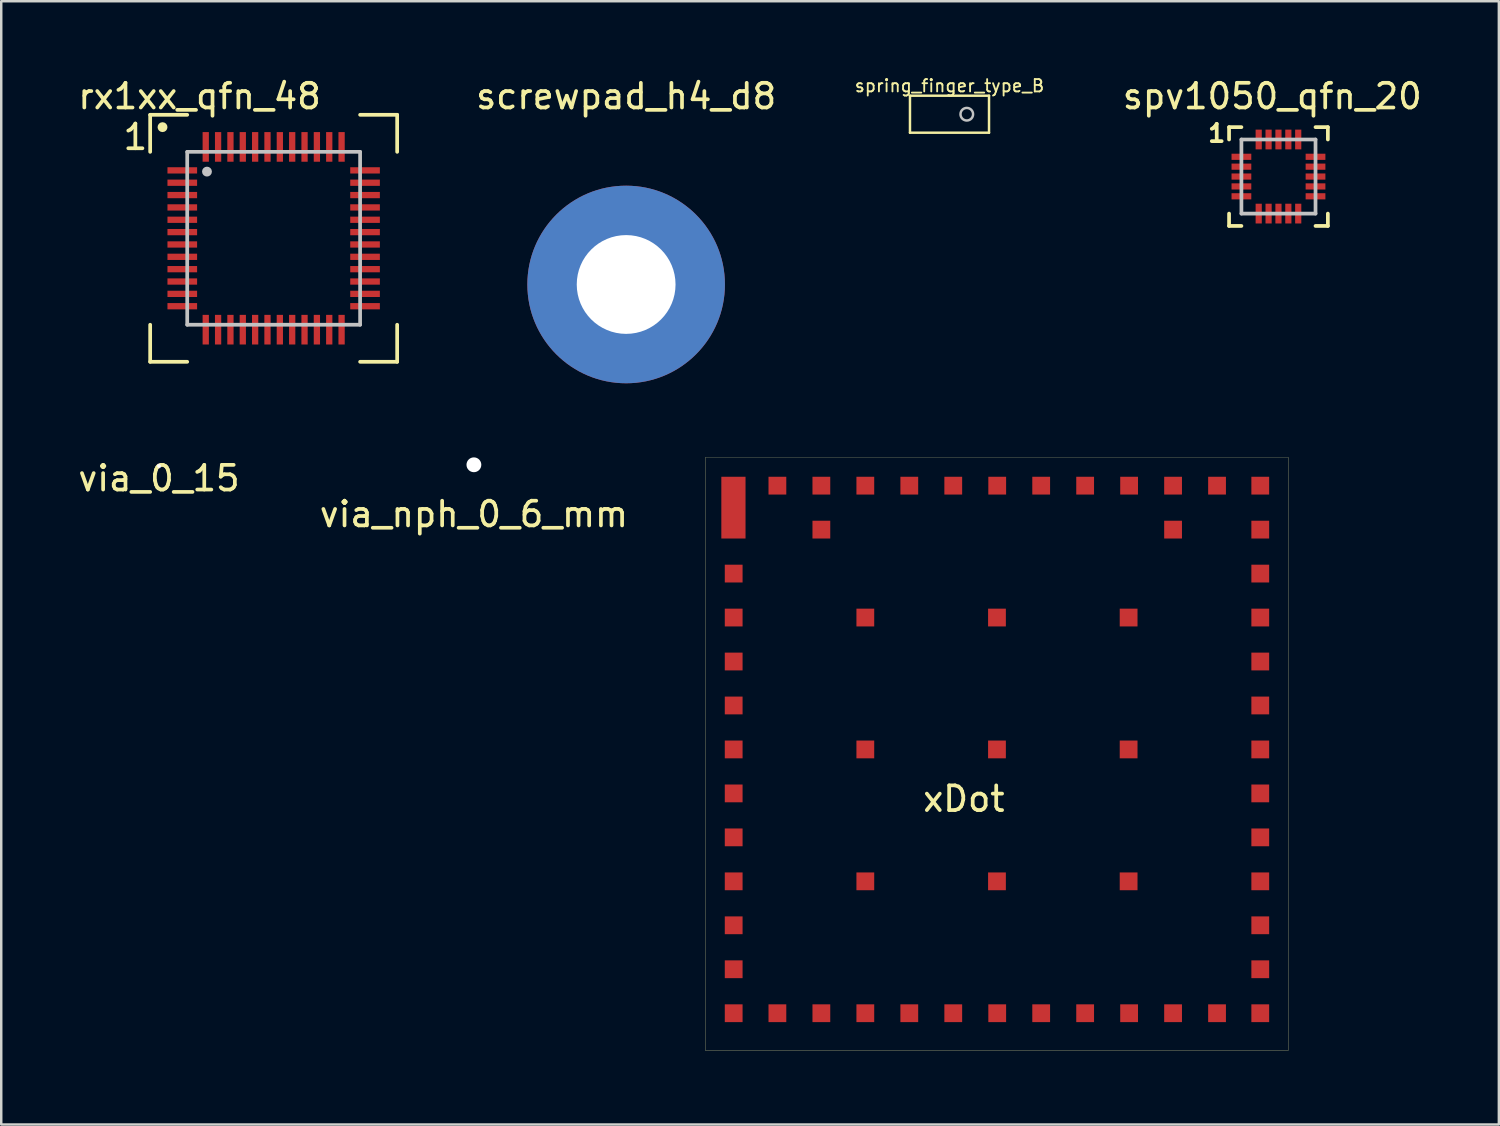
<source format=kicad_pcb>
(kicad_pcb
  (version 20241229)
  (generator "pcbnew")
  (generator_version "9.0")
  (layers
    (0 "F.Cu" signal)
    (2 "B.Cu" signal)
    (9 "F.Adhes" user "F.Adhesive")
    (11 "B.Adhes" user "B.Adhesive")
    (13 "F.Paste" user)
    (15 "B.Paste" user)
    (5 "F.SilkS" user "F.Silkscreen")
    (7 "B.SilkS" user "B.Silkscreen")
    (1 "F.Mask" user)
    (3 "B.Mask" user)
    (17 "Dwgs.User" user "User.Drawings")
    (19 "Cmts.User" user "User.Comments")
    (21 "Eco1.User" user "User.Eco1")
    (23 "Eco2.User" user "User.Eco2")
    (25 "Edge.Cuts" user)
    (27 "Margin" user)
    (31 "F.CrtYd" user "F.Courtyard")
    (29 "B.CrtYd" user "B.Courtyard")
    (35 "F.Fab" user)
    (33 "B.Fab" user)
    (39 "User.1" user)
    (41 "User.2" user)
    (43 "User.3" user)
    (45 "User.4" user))
  (footprint "spring_finger_type_B"
    (layer "F.Cu")
    (at 35.393 1.574)
    (property "Reference" "spring_finger_type_B" (at 0 -1.15 0) (layer "F.SilkS") (effects (font (size 0.5 0.5) (thickness 0.075))))
    (attr through_hole)
    (fp_line (start -1.6 -0.75) (end 1.6 -0.75) (stroke (width 0.1) (type solid)) (layer "F.SilkS"))
    (fp_line (start -1.6 0.75) (end -1.6 -0.75) (stroke (width 0.1) (type solid)) (layer "F.SilkS"))
    (fp_line (start -1.6 0.75) (end 1.6 0.75) (stroke (width 0.1) (type solid)) (layer "F.SilkS"))
    (fp_line (start 1.6 -0.75) (end 1.6 0.75) (stroke (width 0.1) (type solid)) (layer "F.SilkS"))
    (fp_circle (center 0.7 0) (end 0.95 0.05) (stroke (width 0.1) (type solid)) (fill no) (layer "Dwgs.User")))
  (footprint "via_0_15"
    (layer "F.Cu")
    (at 3.387 15.816)
    (property "Reference" "via_0_15" (at 0 0.5 0) (layer "F.SilkS") (effects (font (size 1 1) (thickness 0.15))))
    (attr through_hole)
    (pad "1" thru_hole circle (at 0 0) (size 0.2 0.2) (drill 0.15) (layers "*.Cu" "*.Mask")))
  (footprint "screwpad_h4_d8"
    (layer "F.Cu")
    (at 22.301 8.468)
    (property "Reference" "screwpad_h4_d8" (at 0 -7.62 0) (layer "F.SilkS") (effects (font (size 1 1) (thickness 0.15))))
    (attr through_hole)
    (pad "1" thru_hole circle (at 0 0) (size 8 8) (drill 4) (layers "*.Cu" "*.Mask")))
  (footprint "spv1050_qfn_20"
    (layer "F.Cu")
    (at 48.712 4.098)
    (property "Reference" "spv1050_qfn_20" (at -0.25 -3.25 0) (layer "F.SilkS") (effects (font (size 1 1) (thickness 0.15))))
    (attr through_hole)
    (fp_line (start -2 -2) (end -2 -1.5) (stroke (width 0.15) (type solid)) (layer "F.SilkS"))
    (fp_line (start -2 -2) (end -1.5 -2) (stroke (width 0.15) (type solid)) (layer "F.SilkS"))
    (fp_line (start -2 1.5) (end -2 2) (stroke (width 0.15) (type solid)) (layer "F.SilkS"))
    (fp_line (start -2 2) (end -1.5 2) (stroke (width 0.15) (type solid)) (layer "F.SilkS"))
    (fp_line (start 1.5 2) (end 2 2) (stroke (width 0.15) (type solid)) (layer "F.SilkS"))
    (fp_line (start 2 -2) (end 1.5 -2) (stroke (width 0.15) (type solid)) (layer "F.SilkS"))
    (fp_line (start 2 -1.5) (end 2 -2) (stroke (width 0.15) (type solid)) (layer "F.SilkS"))
    (fp_line (start 2 2) (end 2 1.5) (stroke (width 0.15) (type solid)) (layer "F.SilkS"))
    (fp_line (start -1.5 -1.5) (end -1.5 1.5) (stroke (width 0.15) (type solid)) (layer "Dwgs.User"))
    (fp_line (start -1.5 -1.5) (end 1.5 -1.5) (stroke (width 0.15) (type solid)) (layer "Dwgs.User"))
    (fp_line (start 1.5 1.5) (end -1.5 1.5) (stroke (width 0.15) (type solid)) (layer "Dwgs.User"))
    (fp_line (start 1.5 1.5) (end 1.5 -1.5) (stroke (width 0.15) (type solid)) (layer "Dwgs.User"))
    (fp_text user "1" (at -2.5 -1.75 0) (layer "F.SilkS") (effects (font (size 0.7 0.7) (thickness 0.15))))
    (pad "1" smd rect (at -1.5 -0.8) (size 0.8 0.25) (layers "F.Cu" "F.Mask" "F.Paste"))
    (pad "2" smd rect (at -1.5 -0.4) (size 0.8 0.25) (layers "F.Cu" "F.Mask" "F.Paste"))
    (pad "3" smd rect (at -1.5 0) (size 0.8 0.25) (layers "F.Cu" "F.Mask" "F.Paste"))
    (pad "4" smd rect (at -1.5 0.4) (size 0.8 0.25) (layers "F.Cu" "F.Mask" "F.Paste"))
    (pad "5" smd rect (at -1.5 0.8) (size 0.8 0.25) (layers "F.Cu" "F.Mask" "F.Paste"))
    (pad "6" smd rect (at -0.8 1.5 90) (size 0.8 0.25) (layers "F.Cu" "F.Mask" "F.Paste"))
    (pad "7" smd rect (at -0.4 1.5 90) (size 0.8 0.25) (layers "F.Cu" "F.Mask" "F.Paste"))
    (pad "8" smd rect (at 0 1.5 90) (size 0.8 0.25) (layers "F.Cu" "F.Mask" "F.Paste"))
    (pad "9" smd rect (at 0.4 1.5 90) (size 0.8 0.25) (layers "F.Cu" "F.Mask" "F.Paste"))
    (pad "10" smd rect (at 0.8 1.5 90) (size 0.8 0.25) (layers "F.Cu" "F.Mask" "F.Paste"))
    (pad "11" smd rect (at 1.5 0.8) (size 0.8 0.25) (layers "F.Cu" "F.Mask" "F.Paste"))
    (pad "12" smd rect (at 1.5 0.4) (size 0.8 0.25) (layers "F.Cu" "F.Mask" "F.Paste"))
    (pad "13" smd rect (at 1.5 0) (size 0.8 0.25) (layers "F.Cu" "F.Mask" "F.Paste"))
    (pad "14" smd rect (at 1.5 -0.4) (size 0.8 0.25) (layers "F.Cu" "F.Mask" "F.Paste"))
    (pad "15" smd rect (at 1.5 -0.8) (size 0.8 0.25) (layers "F.Cu" "F.Mask" "F.Paste"))
    (pad "16" smd rect (at 0.8 -1.5 270) (size 0.8 0.25) (layers "F.Cu" "F.Mask" "F.Paste"))
    (pad "17" smd rect (at 0.4 -1.5 270) (size 0.8 0.25) (layers "F.Cu" "F.Mask" "F.Paste"))
    (pad "18" smd rect (at 0 -1.5 270) (size 0.8 0.25) (layers "F.Cu" "F.Mask" "F.Paste"))
    (pad "19" smd rect (at -0.4 -1.5 270) (size 0.8 0.25) (layers "F.Cu" "F.Mask" "F.Paste"))
    (pad "20" smd rect (at -0.8 -1.5 270) (size 0.8 0.25) (layers "F.Cu" "F.Mask" "F.Paste")))
  (footprint "xDot"
    (layer "F.Cu")
    (at 37.315 27.293)
    (property "Reference" "xDot" (at -1.34 2 0) (layer "F.SilkS") (effects (font (size 1 1) (thickness 0.15))))
    (attr through_hole)
    (fp_line (start -11.81 -11.82) (end -11.81 12.18) (stroke (width 0.01) (type solid)) (layer "F.SilkS"))
    (fp_line (start -11.81 -11.82) (end 11.8 -11.82) (stroke (width 0.01) (type solid)) (layer "F.SilkS"))
    (fp_line (start -11.81 12.18) (end 11.8 12.18) (stroke (width 0.01) (type solid)) (layer "F.SilkS"))
    (fp_line (start 11.8 -11.82) (end 11.8 12.18) (stroke (width 0.01) (type solid)) (layer "F.SilkS"))
    (pad "1" smd rect (at -10.67 -9.79) (size 0.98 2.5) (layers "F.Cu" "F.Mask" "F.Paste"))
    (pad "2" smd rect (at -10.66 -7.12) (size 0.72 0.72) (layers "F.Cu" "F.Mask" "F.Paste"))
    (pad "3" smd rect (at -10.66 -5.34) (size 0.72 0.72) (layers "F.Cu" "F.Mask" "F.Paste"))
    (pad "4" smd rect (at -10.66 -3.56) (size 0.72 0.72) (layers "F.Cu" "F.Mask" "F.Paste"))
    (pad "5" smd rect (at -10.66 -1.78) (size 0.72 0.72) (layers "F.Cu" "F.Mask" "F.Paste"))
    (pad "6" smd rect (at -10.66 0) (size 0.72 0.72) (layers "F.Cu" "F.Mask" "F.Paste"))
    (pad "7" smd rect (at -10.66 1.78) (size 0.72 0.72) (layers "F.Cu" "F.Mask" "F.Paste"))
    (pad "8" smd rect (at -10.66 3.56) (size 0.72 0.72) (layers "F.Cu" "F.Mask" "F.Paste"))
    (pad "9" smd rect (at -10.66 5.34) (size 0.72 0.72) (layers "F.Cu" "F.Mask" "F.Paste"))
    (pad "10" smd rect (at -10.66 7.12) (size 0.72 0.72) (layers "F.Cu" "F.Mask" "F.Paste"))
    (pad "11" smd rect (at -10.66 8.9) (size 0.72 0.72) (layers "F.Cu" "F.Mask" "F.Paste"))
    (pad "12" smd rect (at -10.66 10.68) (size 0.72 0.72) (layers "F.Cu" "F.Mask" "F.Paste"))
    (pad "13" smd rect (at -8.89 10.68 180) (size 0.72 0.72) (layers "F.Cu" "F.Mask" "F.Paste"))
    (pad "14" smd rect (at -7.11 10.68 180) (size 0.72 0.72) (layers "F.Cu" "F.Mask" "F.Paste"))
    (pad "15" smd rect (at -5.33 10.68 180) (size 0.72 0.72) (layers "F.Cu" "F.Mask" "F.Paste"))
    (pad "16" smd rect (at -3.55 10.68 180) (size 0.72 0.72) (layers "F.Cu" "F.Mask" "F.Paste"))
    (pad "17" smd rect (at -1.77 10.68 180) (size 0.72 0.72) (layers "F.Cu" "F.Mask" "F.Paste"))
    (pad "18" smd rect (at 0.01 10.68 180) (size 0.72 0.72) (layers "F.Cu" "F.Mask" "F.Paste"))
    (pad "19" smd rect (at 1.79 10.68 180) (size 0.72 0.72) (layers "F.Cu" "F.Mask" "F.Paste"))
    (pad "20" smd rect (at 3.57 10.68 180) (size 0.72 0.72) (layers "F.Cu" "F.Mask" "F.Paste"))
    (pad "21" smd rect (at 5.35 10.68 180) (size 0.72 0.72) (layers "F.Cu" "F.Mask" "F.Paste"))
    (pad "22" smd rect (at 7.13 10.68 180) (size 0.72 0.72) (layers "F.Cu" "F.Mask" "F.Paste"))
    (pad "23" smd rect (at 8.91 10.68 180) (size 0.72 0.72) (layers "F.Cu" "F.Mask" "F.Paste"))
    (pad "24" smd rect (at 10.66 10.68) (size 0.72 0.72) (layers "F.Cu" "F.Mask" "F.Paste"))
    (pad "25" smd rect (at 10.66 8.9) (size 0.72 0.72) (layers "F.Cu" "F.Mask" "F.Paste"))
    (pad "26" smd rect (at 10.66 7.12) (size 0.72 0.72) (layers "F.Cu" "F.Mask" "F.Paste"))
    (pad "27" smd rect (at 10.66 5.34) (size 0.72 0.72) (layers "F.Cu" "F.Mask" "F.Paste"))
    (pad "28" smd rect (at 10.66 3.56) (size 0.72 0.72) (layers "F.Cu" "F.Mask" "F.Paste"))
    (pad "29" smd rect (at 10.66 1.78) (size 0.72 0.72) (layers "F.Cu" "F.Mask" "F.Paste"))
    (pad "30" smd rect (at 10.66 0) (size 0.72 0.72) (layers "F.Cu" "F.Mask" "F.Paste"))
    (pad "31" smd rect (at 10.66 -1.78) (size 0.72 0.72) (layers "F.Cu" "F.Mask" "F.Paste"))
    (pad "32" smd rect (at 10.66 -3.56) (size 0.72 0.72) (layers "F.Cu" "F.Mask" "F.Paste"))
    (pad "33" smd rect (at 10.66 -5.34) (size 0.72 0.72) (layers "F.Cu" "F.Mask" "F.Paste"))
    (pad "34" smd rect (at 10.66 -7.12) (size 0.72 0.72) (layers "F.Cu" "F.Mask" "F.Paste"))
    (pad "35" smd rect (at 10.66 -8.9) (size 0.72 0.72) (layers "F.Cu" "F.Mask" "F.Paste"))
    (pad "36" smd rect (at 10.66 -10.68) (size 0.72 0.72) (layers "F.Cu" "F.Mask" "F.Paste"))
    (pad "37" smd rect (at 8.91 -10.68 180) (size 0.72 0.72) (layers "F.Cu" "F.Mask" "F.Paste"))
    (pad "38" smd rect (at 7.13 -10.68 180) (size 0.72 0.72) (layers "F.Cu" "F.Mask" "F.Paste"))
    (pad "39" smd rect (at 5.35 -10.68 180) (size 0.72 0.72) (layers "F.Cu" "F.Mask" "F.Paste"))
    (pad "40" smd rect (at 3.57 -10.68 180) (size 0.72 0.72) (layers "F.Cu" "F.Mask" "F.Paste"))
    (pad "41" smd rect (at 1.79 -10.68 180) (size 0.72 0.72) (layers "F.Cu" "F.Mask" "F.Paste"))
    (pad "42" smd rect (at 0.01 -10.68 180) (size 0.72 0.72) (layers "F.Cu" "F.Mask" "F.Paste"))
    (pad "43" smd rect (at -1.77 -10.68 180) (size 0.72 0.72) (layers "F.Cu" "F.Mask" "F.Paste"))
    (pad "44" smd rect (at -3.55 -10.68 180) (size 0.72 0.72) (layers "F.Cu" "F.Mask" "F.Paste"))
    (pad "45" smd rect (at -5.33 -10.68 180) (size 0.72 0.72) (layers "F.Cu" "F.Mask" "F.Paste"))
    (pad "46" smd rect (at -7.11 -10.68 180) (size 0.72 0.72) (layers "F.Cu" "F.Mask" "F.Paste"))
    (pad "47" smd rect (at -8.89 -10.68 180) (size 0.72 0.72) (layers "F.Cu" "F.Mask" "F.Paste"))
    (pad "48" smd rect (at 7.13 -8.9 180) (size 0.72 0.72) (layers "F.Cu" "F.Mask" "F.Paste"))
    (pad "49" smd rect (at -7.11 -8.9 180) (size 0.72 0.72) (layers "F.Cu" "F.Mask" "F.Paste"))
    (pad "50" smd rect (at -5.33 -5.34) (size 0.72 0.72) (layers "F.Cu" "F.Mask" "F.Paste"))
    (pad "51" smd rect (at 0 -5.34) (size 0.72 0.72) (layers "F.Cu" "F.Mask" "F.Paste"))
    (pad "52" smd rect (at 5.33 -5.34) (size 0.72 0.72) (layers "F.Cu" "F.Mask" "F.Paste"))
    (pad "53" smd rect (at -5.33 0) (size 0.72 0.72) (layers "F.Cu" "F.Mask" "F.Paste"))
    (pad "54" smd rect (at 0 0) (size 0.72 0.72) (layers "F.Cu" "F.Mask" "F.Paste"))
    (pad "55" smd rect (at 5.33 0) (size 0.72 0.72) (layers "F.Cu" "F.Mask" "F.Paste"))
    (pad "56" smd rect (at -5.33 5.34) (size 0.72 0.72) (layers "F.Cu" "F.Mask" "F.Paste"))
    (pad "57" smd rect (at 0 5.34) (size 0.72 0.72) (layers "F.Cu" "F.Mask" "F.Paste"))
    (pad "58" smd rect (at 5.33 5.34) (size 0.72 0.72) (layers "F.Cu" "F.Mask" "F.Paste")))
  (footprint "rx1xx_qfn_48"
    (layer "F.Cu")
    (at 8.03 6.598)
    (property "Reference" "rx1xx_qfn_48" (at -3 -5.75 0) (layer "F.SilkS") (effects (font (size 1 1) (thickness 0.15))))
    (attr through_hole)
    (fp_line (start -5 -5) (end -5 -3.5) (stroke (width 0.15) (type solid)) (layer "F.SilkS"))
    (fp_line (start -5 -5) (end -3.5 -5) (stroke (width 0.15) (type solid)) (layer "F.SilkS"))
    (fp_line (start -5 5) (end -5 3.5) (stroke (width 0.15) (type solid)) (layer "F.SilkS"))
    (fp_line (start -5 5) (end -3.5 5) (stroke (width 0.15) (type solid)) (layer "F.SilkS"))
    (fp_line (start 5 -5) (end 3.5 -5) (stroke (width 0.15) (type solid)) (layer "F.SilkS"))
    (fp_line (start 5 -5) (end 5 -3.5) (stroke (width 0.15) (type solid)) (layer "F.SilkS"))
    (fp_line (start 5 5) (end 3.5 5) (stroke (width 0.15) (type solid)) (layer "F.SilkS"))
    (fp_line (start 5 5) (end 5 3.5) (stroke (width 0.15) (type solid)) (layer "F.SilkS"))
    (fp_circle (center -4.5 -4.5) (end -4.4 -4.5) (stroke (width 0.2) (type solid)) (fill no) (layer "F.SilkS"))
    (fp_line (start -3.5 -3.5) (end -3.5 3.5) (stroke (width 0.15) (type solid)) (layer "Dwgs.User"))
    (fp_line (start -3.5 -3.5) (end 3.5 -3.5) (stroke (width 0.15) (type solid)) (layer "Dwgs.User"))
    (fp_line (start 3.5 3.5) (end -3.5 3.5) (stroke (width 0.15) (type solid)) (layer "Dwgs.User"))
    (fp_line (start 3.5 3.5) (end 3.5 -3.5) (stroke (width 0.15) (type solid)) (layer "Dwgs.User"))
    (fp_circle (center -2.7 -2.7) (end -2.6 -2.7) (stroke (width 0.2) (type solid)) (fill no) (layer "Dwgs.User"))
    (fp_text user "1" (at -5.6 -4.1 0) (layer "F.SilkS") (effects (font (size 1 1) (thickness 0.15))))
    (pad "1" smd rect (at -3.7 -2.75 180) (size 1.2 0.254) (layers "F.Cu" "F.Mask" "F.Paste"))
    (pad "2" smd rect (at -3.7 -2.25 180) (size 1.2 0.254) (layers "F.Cu" "F.Mask" "F.Paste"))
    (pad "3" smd rect (at -3.7 -1.75 180) (size 1.2 0.254) (layers "F.Cu" "F.Mask" "F.Paste"))
    (pad "4" smd rect (at -3.7 -1.25 180) (size 1.2 0.254) (layers "F.Cu" "F.Mask" "F.Paste"))
    (pad "5" smd rect (at -3.7 -0.75 180) (size 1.2 0.254) (layers "F.Cu" "F.Mask" "F.Paste"))
    (pad "6" smd rect (at -3.7 -0.25 180) (size 1.2 0.254) (layers "F.Cu" "F.Mask" "F.Paste"))
    (pad "7" smd rect (at -3.7 0.25 180) (size 1.2 0.254) (layers "F.Cu" "F.Mask" "F.Paste"))
    (pad "8" smd rect (at -3.7 0.75 180) (size 1.2 0.254) (layers "F.Cu" "F.Mask" "F.Paste"))
    (pad "9" smd rect (at -3.7 1.25 180) (size 1.2 0.254) (layers "F.Cu" "F.Mask" "F.Paste"))
    (pad "10" smd rect (at -3.7 1.75 180) (size 1.2 0.254) (layers "F.Cu" "F.Mask" "F.Paste"))
    (pad "11" smd rect (at -3.7 2.25 180) (size 1.2 0.254) (layers "F.Cu" "F.Mask" "F.Paste"))
    (pad "12" smd rect (at -3.7 2.75 180) (size 1.2 0.254) (layers "F.Cu" "F.Mask" "F.Paste"))
    (pad "13" smd rect (at -2.75 3.7 270) (size 1.2 0.254) (layers "F.Cu" "F.Mask" "F.Paste"))
    (pad "14" smd rect (at -2.25 3.7 270) (size 1.2 0.254) (layers "F.Cu" "F.Mask" "F.Paste"))
    (pad "15" smd rect (at -1.75 3.7 270) (size 1.2 0.254) (layers "F.Cu" "F.Mask" "F.Paste"))
    (pad "16" smd rect (at -1.25 3.7 270) (size 1.2 0.254) (layers "F.Cu" "F.Mask" "F.Paste"))
    (pad "17" smd rect (at -0.75 3.7 270) (size 1.2 0.254) (layers "F.Cu" "F.Mask" "F.Paste"))
    (pad "18" smd rect (at -0.25 3.7 270) (size 1.2 0.254) (layers "F.Cu" "F.Mask" "F.Paste"))
    (pad "19" smd rect (at 0.25 3.7 270) (size 1.2 0.254) (layers "F.Cu" "F.Mask" "F.Paste"))
    (pad "20" smd rect (at 0.75 3.7 270) (size 1.2 0.254) (layers "F.Cu" "F.Mask" "F.Paste"))
    (pad "21" smd rect (at 1.25 3.7 270) (size 1.2 0.254) (layers "F.Cu" "F.Mask" "F.Paste"))
    (pad "22" smd rect (at 1.75 3.7 270) (size 1.2 0.254) (layers "F.Cu" "F.Mask" "F.Paste"))
    (pad "23" smd rect (at 2.25 3.7 270) (size 1.2 0.254) (layers "F.Cu" "F.Mask" "F.Paste"))
    (pad "24" smd rect (at 2.75 3.7 270) (size 1.2 0.254) (layers "F.Cu" "F.Mask" "F.Paste"))
    (pad "25" smd rect (at 3.7 2.75 180) (size 1.2 0.254) (layers "F.Cu" "F.Mask" "F.Paste"))
    (pad "26" smd rect (at 3.7 2.25 180) (size 1.2 0.254) (layers "F.Cu" "F.Mask" "F.Paste"))
    (pad "27" smd rect (at 3.7 1.75 180) (size 1.2 0.254) (layers "F.Cu" "F.Mask" "F.Paste"))
    (pad "28" smd rect (at 3.7 1.25 180) (size 1.2 0.254) (layers "F.Cu" "F.Mask" "F.Paste"))
    (pad "29" smd rect (at 3.7 0.75 180) (size 1.2 0.254) (layers "F.Cu" "F.Mask" "F.Paste"))
    (pad "30" smd rect (at 3.7 0.25 180) (size 1.2 0.254) (layers "F.Cu" "F.Mask" "F.Paste"))
    (pad "31" smd rect (at 3.7 -0.25 180) (size 1.2 0.254) (layers "F.Cu" "F.Mask" "F.Paste"))
    (pad "32" smd rect (at 3.7 -0.75 180) (size 1.2 0.254) (layers "F.Cu" "F.Mask" "F.Paste"))
    (pad "33" smd rect (at 3.7 -1.25 180) (size 1.2 0.254) (layers "F.Cu" "F.Mask" "F.Paste"))
    (pad "34" smd rect (at 3.7 -1.75 180) (size 1.2 0.254) (layers "F.Cu" "F.Mask" "F.Paste"))
    (pad "35" smd rect (at 3.7 -2.25 180) (size 1.2 0.254) (layers "F.Cu" "F.Mask" "F.Paste"))
    (pad "36" smd rect (at 3.7 -2.75 180) (size 1.2 0.254) (layers "F.Cu" "F.Mask" "F.Paste"))
    (pad "37" smd rect (at 2.75 -3.7 90) (size 1.2 0.254) (layers "F.Cu" "F.Mask" "F.Paste"))
    (pad "38" smd rect (at 2.25 -3.7 90) (size 1.2 0.254) (layers "F.Cu" "F.Mask" "F.Paste"))
    (pad "39" smd rect (at 1.75 -3.7 90) (size 1.2 0.254) (layers "F.Cu" "F.Mask" "F.Paste"))
    (pad "40" smd rect (at 1.25 -3.7 90) (size 1.2 0.254) (layers "F.Cu" "F.Mask" "F.Paste"))
    (pad "41" smd rect (at 0.75 -3.7 90) (size 1.2 0.254) (layers "F.Cu" "F.Mask" "F.Paste"))
    (pad "42" smd rect (at 0.25 -3.7 90) (size 1.2 0.254) (layers "F.Cu" "F.Mask" "F.Paste"))
    (pad "43" smd rect (at -0.25 -3.7 90) (size 1.2 0.254) (layers "F.Cu" "F.Mask" "F.Paste"))
    (pad "44" smd rect (at -0.75 -3.7 90) (size 1.2 0.254) (layers "F.Cu" "F.Mask" "F.Paste"))
    (pad "45" smd rect (at -1.25 -3.7 90) (size 1.2 0.254) (layers "F.Cu" "F.Mask" "F.Paste"))
    (pad "46" smd rect (at -1.75 -3.7 90) (size 1.2 0.254) (layers "F.Cu" "F.Mask" "F.Paste"))
    (pad "47" smd rect (at -2.25 -3.7 90) (size 1.2 0.254) (layers "F.Cu" "F.Mask" "F.Paste"))
    (pad "48" smd rect (at -2.75 -3.7 90) (size 1.2 0.254) (layers "F.Cu" "F.Mask" "F.Paste")))
  (footprint "via_nph_0_6_mm"
    (layer "F.Cu")
    (at 16.137 15.768)
    (property "Reference" "via_nph_0_6_mm" (at 0 2 0) (layer "F.SilkS") (effects (font (size 1 1) (thickness 0.15))))
    (attr through_hole)
    (pad "" np_thru_hole circle (at 0 0) (size 0.6 0.6) (drill 0.6) (layers "*.Cu" "*.Mask")))
  (gr_rect
    (start -3 -3)
    (end 57.635 42.478)
    (stroke (width 0.1) (type default))
    (fill no)
    (layer "Edge.Cuts")))
</source>
